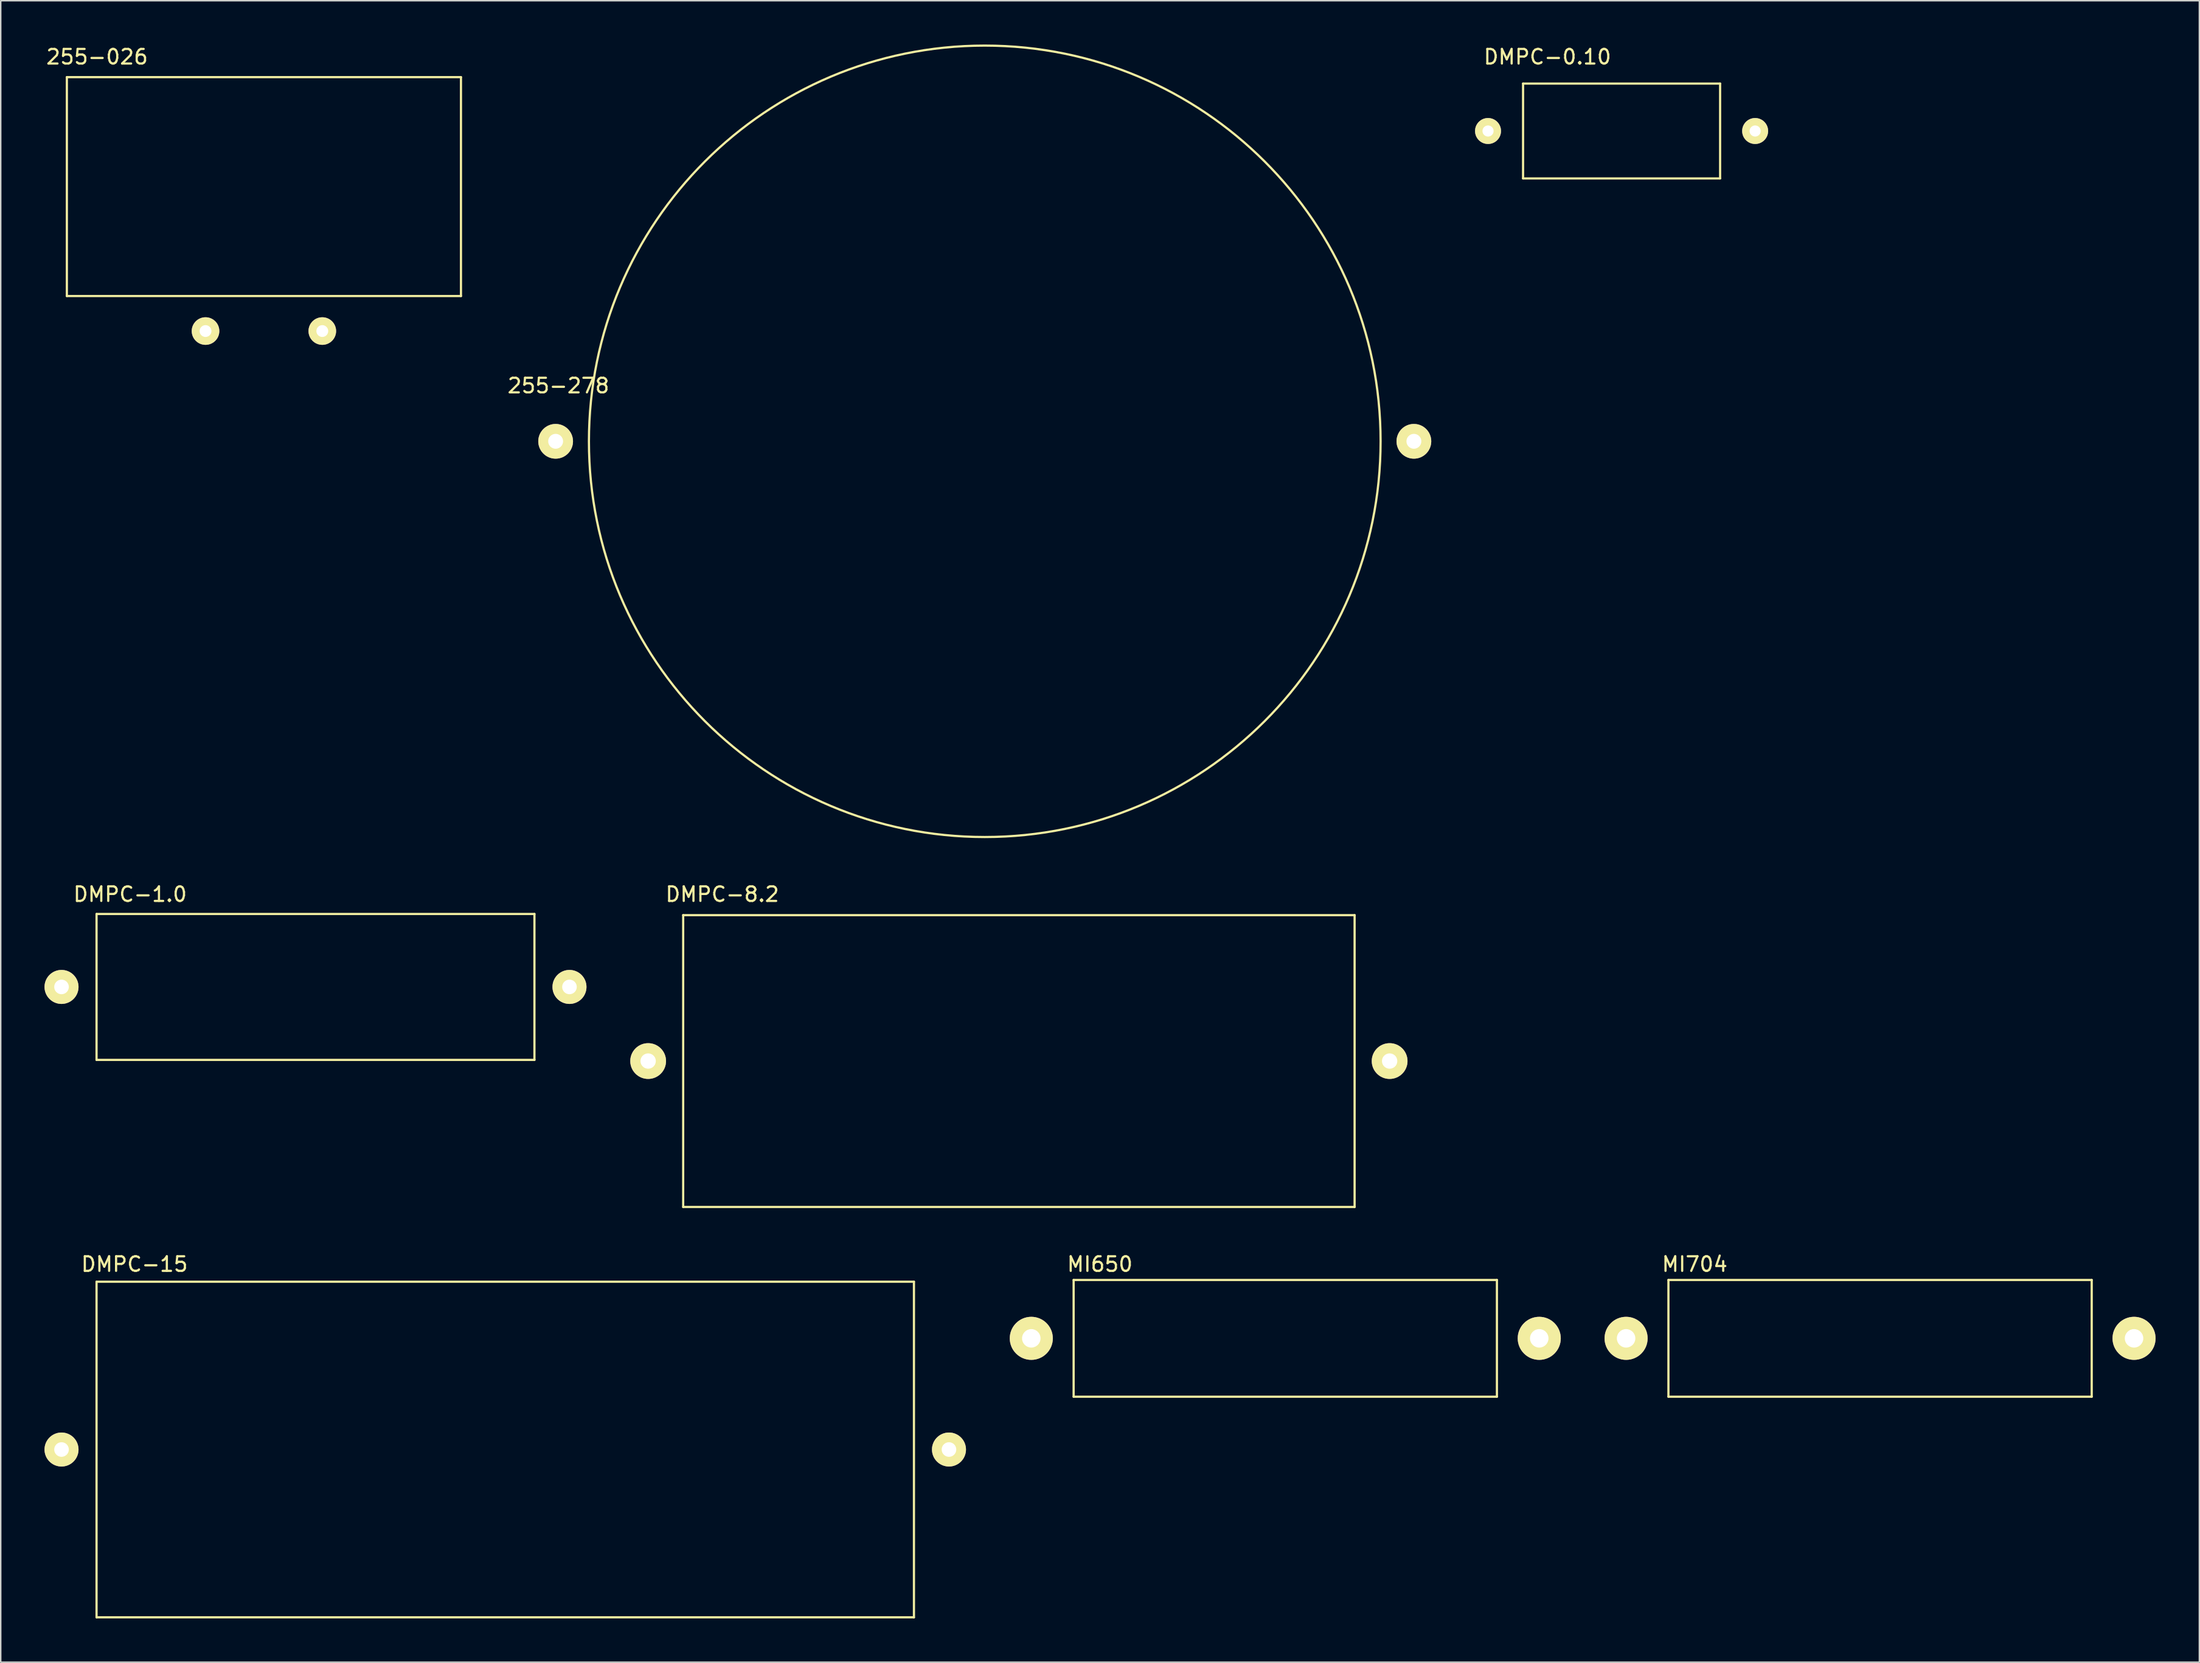
<source format=kicad_pcb>
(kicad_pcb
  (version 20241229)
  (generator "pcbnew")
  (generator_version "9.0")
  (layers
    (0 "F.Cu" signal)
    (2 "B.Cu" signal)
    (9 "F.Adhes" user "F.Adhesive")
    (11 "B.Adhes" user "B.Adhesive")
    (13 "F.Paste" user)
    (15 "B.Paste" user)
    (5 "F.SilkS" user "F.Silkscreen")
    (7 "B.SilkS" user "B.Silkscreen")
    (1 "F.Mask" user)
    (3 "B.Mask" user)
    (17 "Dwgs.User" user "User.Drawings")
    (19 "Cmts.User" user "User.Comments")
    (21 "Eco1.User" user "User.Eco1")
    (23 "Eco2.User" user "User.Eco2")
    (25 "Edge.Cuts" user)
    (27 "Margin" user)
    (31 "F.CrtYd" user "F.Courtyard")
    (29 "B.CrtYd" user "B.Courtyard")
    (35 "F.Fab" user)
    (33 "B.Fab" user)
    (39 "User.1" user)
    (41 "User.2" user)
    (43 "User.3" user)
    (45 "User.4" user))
  (footprint "DMPC-15"
    (layer "F.Cu")
    (at 31.565 96.29)
    (property "Reference" "DMPC-15" (at -25.4 -12.7 0) (layer "F.SilkS") (effects (font (size 1 1) (thickness 0.15))))
    (attr through_hole)
    (fp_line (start -28 -11.5) (end 28 -11.5) (stroke (width 0.15) (type solid)) (layer "F.SilkS"))
    (fp_line (start -28 11.5) (end -28 -11.5) (stroke (width 0.15) (type solid)) (layer "F.SilkS"))
    (fp_line (start 28 -11.5) (end 28 11.5) (stroke (width 0.15) (type solid)) (layer "F.SilkS"))
    (fp_line (start 28 11.5) (end -28 11.5) (stroke (width 0.15) (type solid)) (layer "F.SilkS"))
    (pad "1" thru_hole circle (at -30.4 0) (size 2.33 2.33) (drill 1) (layers "*.Cu" "*.Mask" "F.SilkS"))
    (pad "2" thru_hole circle (at 30.4 0) (size 2.33 2.33) (drill 1) (layers "*.Cu" "*.Mask" "F.SilkS")))
  (footprint "DMPC-0.10"
    (layer "F.Cu")
    (at 108.046 5.928)
    (property "Reference" "DMPC-0.10" (at -5.08 -5.08 0) (layer "F.SilkS") (effects (font (size 1 1) (thickness 0.15))))
    (attr through_hole)
    (fp_line (start -6.75 -3.25) (end 6.75 -3.25) (stroke (width 0.15) (type solid)) (layer "F.SilkS"))
    (fp_line (start -6.75 3.25) (end -6.75 -3.25) (stroke (width 0.15) (type solid)) (layer "F.SilkS"))
    (fp_line (start 6.75 -3.25) (end 6.75 3.25) (stroke (width 0.15) (type solid)) (layer "F.SilkS"))
    (fp_line (start 6.75 3.25) (end -6.75 3.25) (stroke (width 0.15) (type solid)) (layer "F.SilkS"))
    (pad "1" thru_hole circle (at -9.15 0) (size 1.778 1.778) (drill 0.762) (layers "*.Cu" "*.Mask" "F.SilkS"))
    (pad "2" thru_hole circle (at 9.15 0) (size 1.778 1.778) (drill 0.762) (layers "*.Cu" "*.Mask" "F.SilkS")))
  (footprint "MI650"
    (layer "F.Cu")
    (at 85.005 88.67)
    (property "Reference" "MI650" (at -12.7 -5.08 0) (layer "F.SilkS") (effects (font (size 1 1) (thickness 0.15))))
    (attr through_hole)
    (fp_line (start -14.5 -4) (end 14.5 -4) (stroke (width 0.15) (type solid)) (layer "F.SilkS"))
    (fp_line (start -14.5 4) (end -14.5 -4) (stroke (width 0.15) (type solid)) (layer "F.SilkS"))
    (fp_line (start 14.5 -4) (end 14.5 4) (stroke (width 0.15) (type solid)) (layer "F.SilkS"))
    (fp_line (start 14.5 4) (end -14.5 4) (stroke (width 0.15) (type solid)) (layer "F.SilkS"))
    (pad "1" thru_hole circle (at -17.4 0) (size 2.95 2.95) (drill 1.266) (layers "*.Cu" "*.Mask" "F.SilkS"))
    (pad "2" thru_hole circle (at 17.4 0) (size 2.95 2.95) (drill 1.266) (layers "*.Cu" "*.Mask" "F.SilkS")))
  (footprint "DMPC-8.2"
    (layer "F.Cu")
    (at 66.755 69.667)
    (property "Reference" "DMPC-8.2" (at -20.32 -11.43 0) (layer "F.SilkS") (effects (font (size 1 1) (thickness 0.15))))
    (attr through_hole)
    (fp_line (start -23 -10) (end 23 -10) (stroke (width 0.15) (type solid)) (layer "F.SilkS"))
    (fp_line (start -23 10) (end -23 -10) (stroke (width 0.15) (type solid)) (layer "F.SilkS"))
    (fp_line (start -23 10) (end 23 10) (stroke (width 0.15) (type solid)) (layer "F.SilkS"))
    (fp_line (start 23 -10) (end 23 10) (stroke (width 0.15) (type solid)) (layer "F.SilkS"))
    (pad "1" thru_hole circle (at -25.4 0) (size 2.45 2.45) (drill 1.05) (layers "*.Cu" "*.Mask" "F.SilkS"))
    (pad "2" thru_hole circle (at 25.4 0) (size 2.45 2.45) (drill 1.05) (layers "*.Cu" "*.Mask" "F.SilkS")))
  (footprint "MI704"
    (layer "F.Cu")
    (at 125.755 88.67)
    (property "Reference" "MI704" (at -12.7 -5.08 0) (layer "F.SilkS") (effects (font (size 1 1) (thickness 0.15))))
    (attr through_hole)
    (fp_line (start -14.5 -4) (end 14.5 -4) (stroke (width 0.15) (type solid)) (layer "F.SilkS"))
    (fp_line (start -14.5 4) (end -14.5 -4) (stroke (width 0.15) (type solid)) (layer "F.SilkS"))
    (fp_line (start 14.5 -4) (end 14.5 4) (stroke (width 0.15) (type solid)) (layer "F.SilkS"))
    (fp_line (start 14.5 4) (end -14.5 4) (stroke (width 0.15) (type solid)) (layer "F.SilkS"))
    (pad "1" thru_hole circle (at -17.4 0) (size 2.95 2.95) (drill 1.266) (layers "*.Cu" "*.Mask" "F.SilkS"))
    (pad "2" thru_hole circle (at 17.4 0) (size 2.95 2.95) (drill 1.266) (layers "*.Cu" "*.Mask" "F.SilkS")))
  (footprint "255-026"
    (layer "F.Cu")
    (at 15.031 9.738)
    (property "Reference" "255-026" (at -11.43 -8.89 0) (layer "F.SilkS") (effects (font (size 1 1) (thickness 0.15))))
    (attr through_hole)
    (fp_line (start -13.5 -7.5) (end 13.5 -7.5) (stroke (width 0.15) (type solid)) (layer "F.SilkS"))
    (fp_line (start -13.5 7.5) (end -13.5 -7.5) (stroke (width 0.15) (type solid)) (layer "F.SilkS"))
    (fp_line (start 13.5 -7.5) (end 13.5 7.5) (stroke (width 0.15) (type solid)) (layer "F.SilkS"))
    (fp_line (start 13.5 7.5) (end -13.5 7.5) (stroke (width 0.15) (type solid)) (layer "F.SilkS"))
    (pad "1" thru_hole circle (at -4 9.9) (size 1.89 1.89) (drill 0.81) (layers "*.Cu" "*.Mask" "F.SilkS"))
    (pad "2" thru_hole circle (at 4 9.9) (size 1.89 1.89) (drill 0.81) (layers "*.Cu" "*.Mask" "F.SilkS")))
  (footprint "255-278"
    (layer "F.Cu")
    (at 64.417 27.194)
    (property "Reference" "255-278" (at -29.21 -3.81 0) (layer "F.SilkS") (effects (font (size 1 1) (thickness 0.15))))
    (attr through_hole)
    (fp_circle (center 0 0) (end -27 -2.54) (stroke (width 0.15) (type solid)) (fill no) (layer "F.SilkS"))
    (pad "1" thru_hole circle (at -29.4 0) (size 2.38 2.38) (drill 1.02) (layers "*.Cu" "*.Mask" "F.SilkS"))
    (pad "2" thru_hole circle (at 29.4 0) (size 2.38 2.38) (drill 1.02) (layers "*.Cu" "*.Mask" "F.SilkS")))
  (footprint "DMPC-1.0"
    (layer "F.Cu")
    (at 18.565 64.587)
    (property "Reference" "DMPC-1.0" (at -12.7 -6.35 0) (layer "F.SilkS") (effects (font (size 1 1) (thickness 0.15))))
    (attr through_hole)
    (fp_line (start -15 -5) (end 15 -5) (stroke (width 0.15) (type solid)) (layer "F.SilkS"))
    (fp_line (start -15 5) (end -15 -5) (stroke (width 0.15) (type solid)) (layer "F.SilkS"))
    (fp_line (start 15 -5) (end 15 5) (stroke (width 0.15) (type solid)) (layer "F.SilkS"))
    (fp_line (start 15 5) (end -15 5) (stroke (width 0.15) (type solid)) (layer "F.SilkS"))
    (pad "1" thru_hole circle (at -17.4 0) (size 2.33 2.33) (drill 1) (layers "*.Cu" "*.Mask" "F.SilkS"))
    (pad "2" thru_hole circle (at 17.4 0) (size 2.33 2.33) (drill 1) (layers "*.Cu" "*.Mask" "F.SilkS")))
  (gr_rect
    (start -3 -3)
    (end 147.63 110.865)
    (stroke (width 0.1) (type default))
    (fill no)
    (layer "Edge.Cuts")))
</source>
